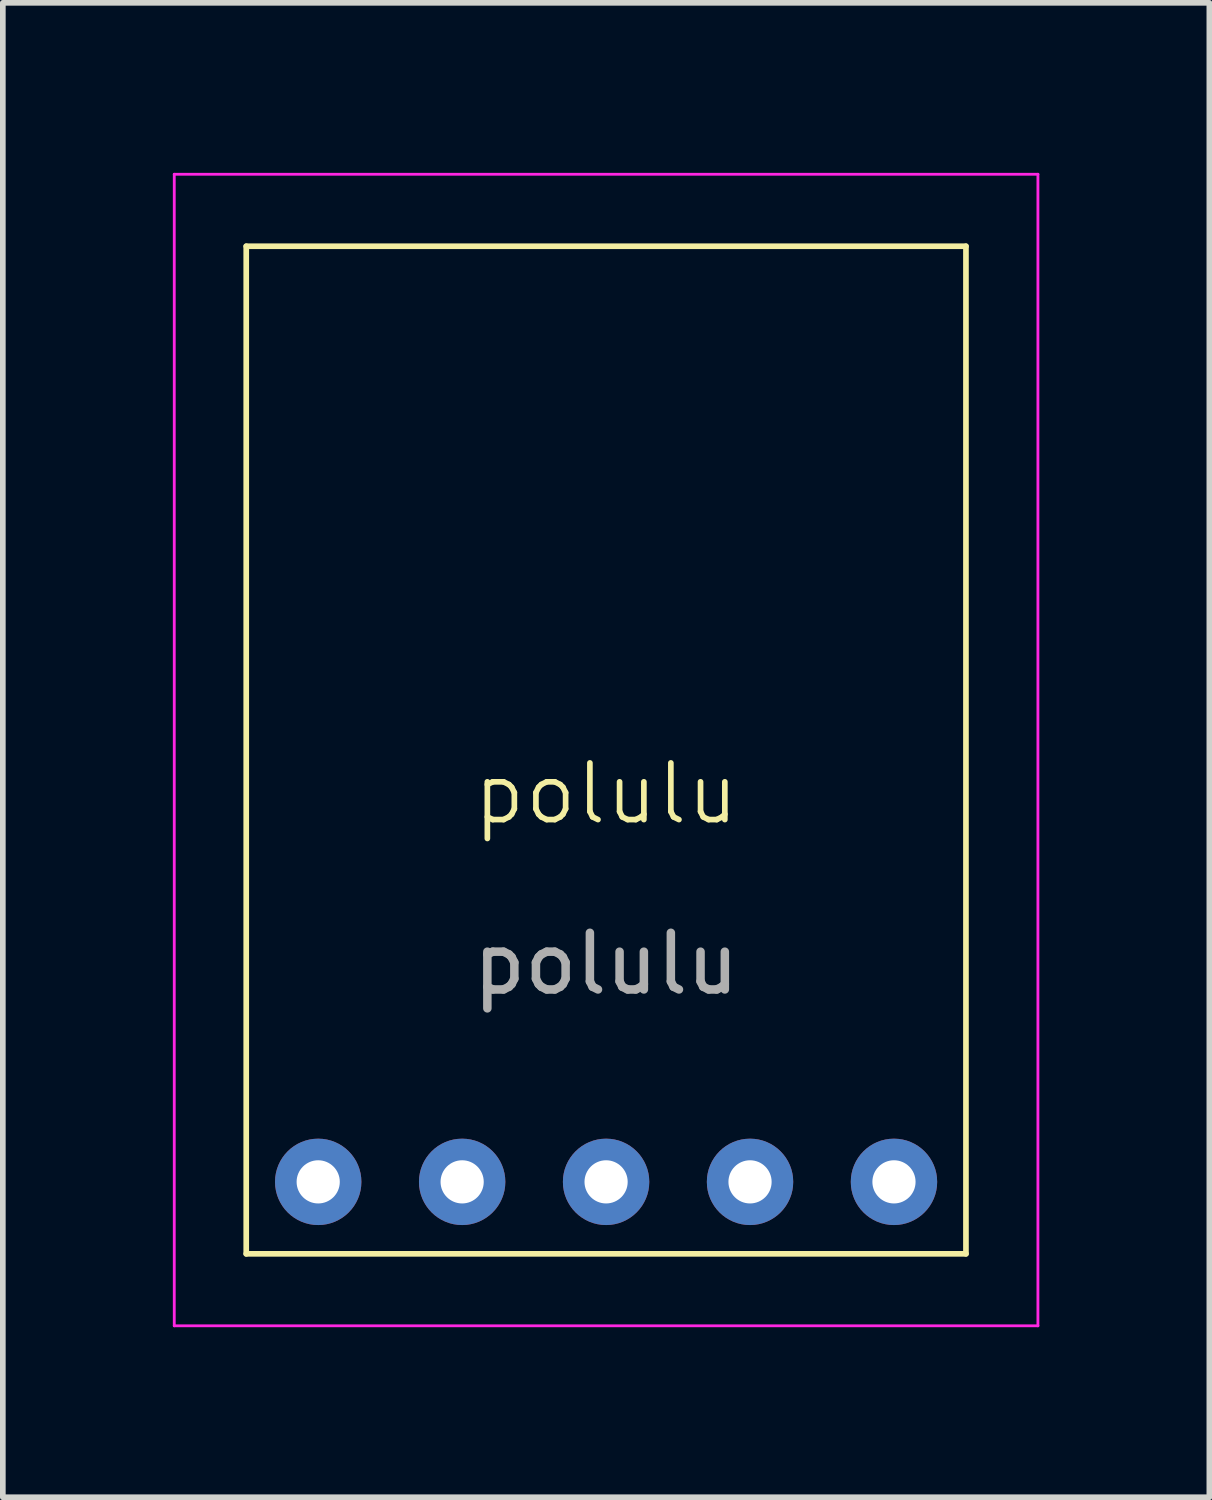
<source format=kicad_pcb>
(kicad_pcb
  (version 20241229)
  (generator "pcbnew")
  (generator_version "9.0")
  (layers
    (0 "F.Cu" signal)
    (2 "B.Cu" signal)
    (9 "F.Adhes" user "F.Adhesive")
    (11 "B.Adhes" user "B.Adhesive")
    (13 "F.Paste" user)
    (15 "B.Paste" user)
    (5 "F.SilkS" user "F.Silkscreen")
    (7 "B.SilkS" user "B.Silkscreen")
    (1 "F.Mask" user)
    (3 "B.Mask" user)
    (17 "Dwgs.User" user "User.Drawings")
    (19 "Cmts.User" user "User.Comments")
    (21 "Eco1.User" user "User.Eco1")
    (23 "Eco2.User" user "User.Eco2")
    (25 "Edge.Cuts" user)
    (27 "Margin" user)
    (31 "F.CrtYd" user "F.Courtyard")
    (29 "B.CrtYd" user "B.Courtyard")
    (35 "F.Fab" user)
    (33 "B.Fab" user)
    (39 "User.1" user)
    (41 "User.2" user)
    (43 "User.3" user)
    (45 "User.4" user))
  (footprint "polulu"
    (layer "F.Cu")
    (at 7.645 11.455)
    (property "Reference" "polulu" (at 0 -0.5 0) (unlocked yes) (layer "F.SilkS") (effects (font (size 1 1) (thickness 0.1))))
    (attr through_hole)
    (fp_line (start -6.35 -10.16) (end -6.35 7.62) (stroke (width 0.1) (type default)) (layer "F.SilkS"))
    (fp_line (start 6.35 -10.16) (end -6.35 -10.16) (stroke (width 0.1) (type default)) (layer "F.SilkS"))
    (fp_line (start 6.35 7.62) (end -6.35 7.62) (stroke (width 0.1) (type default)) (layer "F.SilkS"))
    (fp_line (start 6.35 7.62) (end 6.35 -10.16) (stroke (width 0.1) (type default)) (layer "F.SilkS"))
    (fp_line (start -7.62 -11.43) (end 7.62 -11.43) (stroke (width 0.05) (type default)) (layer "F.CrtYd"))
    (fp_line (start -7.62 8.89) (end -7.62 -11.43) (stroke (width 0.05) (type default)) (layer "F.CrtYd"))
    (fp_line (start 7.62 -11.43) (end 7.62 8.89) (stroke (width 0.05) (type default)) (layer "F.CrtYd"))
    (fp_line (start 7.62 8.89) (end -7.62 8.89) (stroke (width 0.05) (type default)) (layer "F.CrtYd"))
    (fp_text user "${REFERENCE}" (at 0 2.5 0) (unlocked yes) (layer "F.Fab") (effects (font (size 1 1) (thickness 0.15))))
    (pad "1" thru_hole circle (at -5.08 6.35) (size 1.524 1.524) (drill 0.762) (layers "*.Cu" "*.Mask"))
    (pad "2" thru_hole circle (at -2.54 6.35) (size 1.524 1.524) (drill 0.762) (layers "*.Cu" "*.Mask"))
    (pad "3" thru_hole circle (at 0 6.35) (size 1.524 1.524) (drill 0.762) (layers "*.Cu" "*.Mask"))
    (pad "4" thru_hole circle (at 2.54 6.35) (size 1.524 1.524) (drill 0.762) (layers "*.Cu" "*.Mask"))
    (pad "5" thru_hole circle (at 5.08 6.35) (size 1.524 1.524) (drill 0.762) (layers "*.Cu" "*.Mask")))
  (gr_rect
    (start -3 -3)
    (end 18.29 23.37)
    (stroke (width 0.1) (type default))
    (fill no)
    (layer "Edge.Cuts")))
</source>
